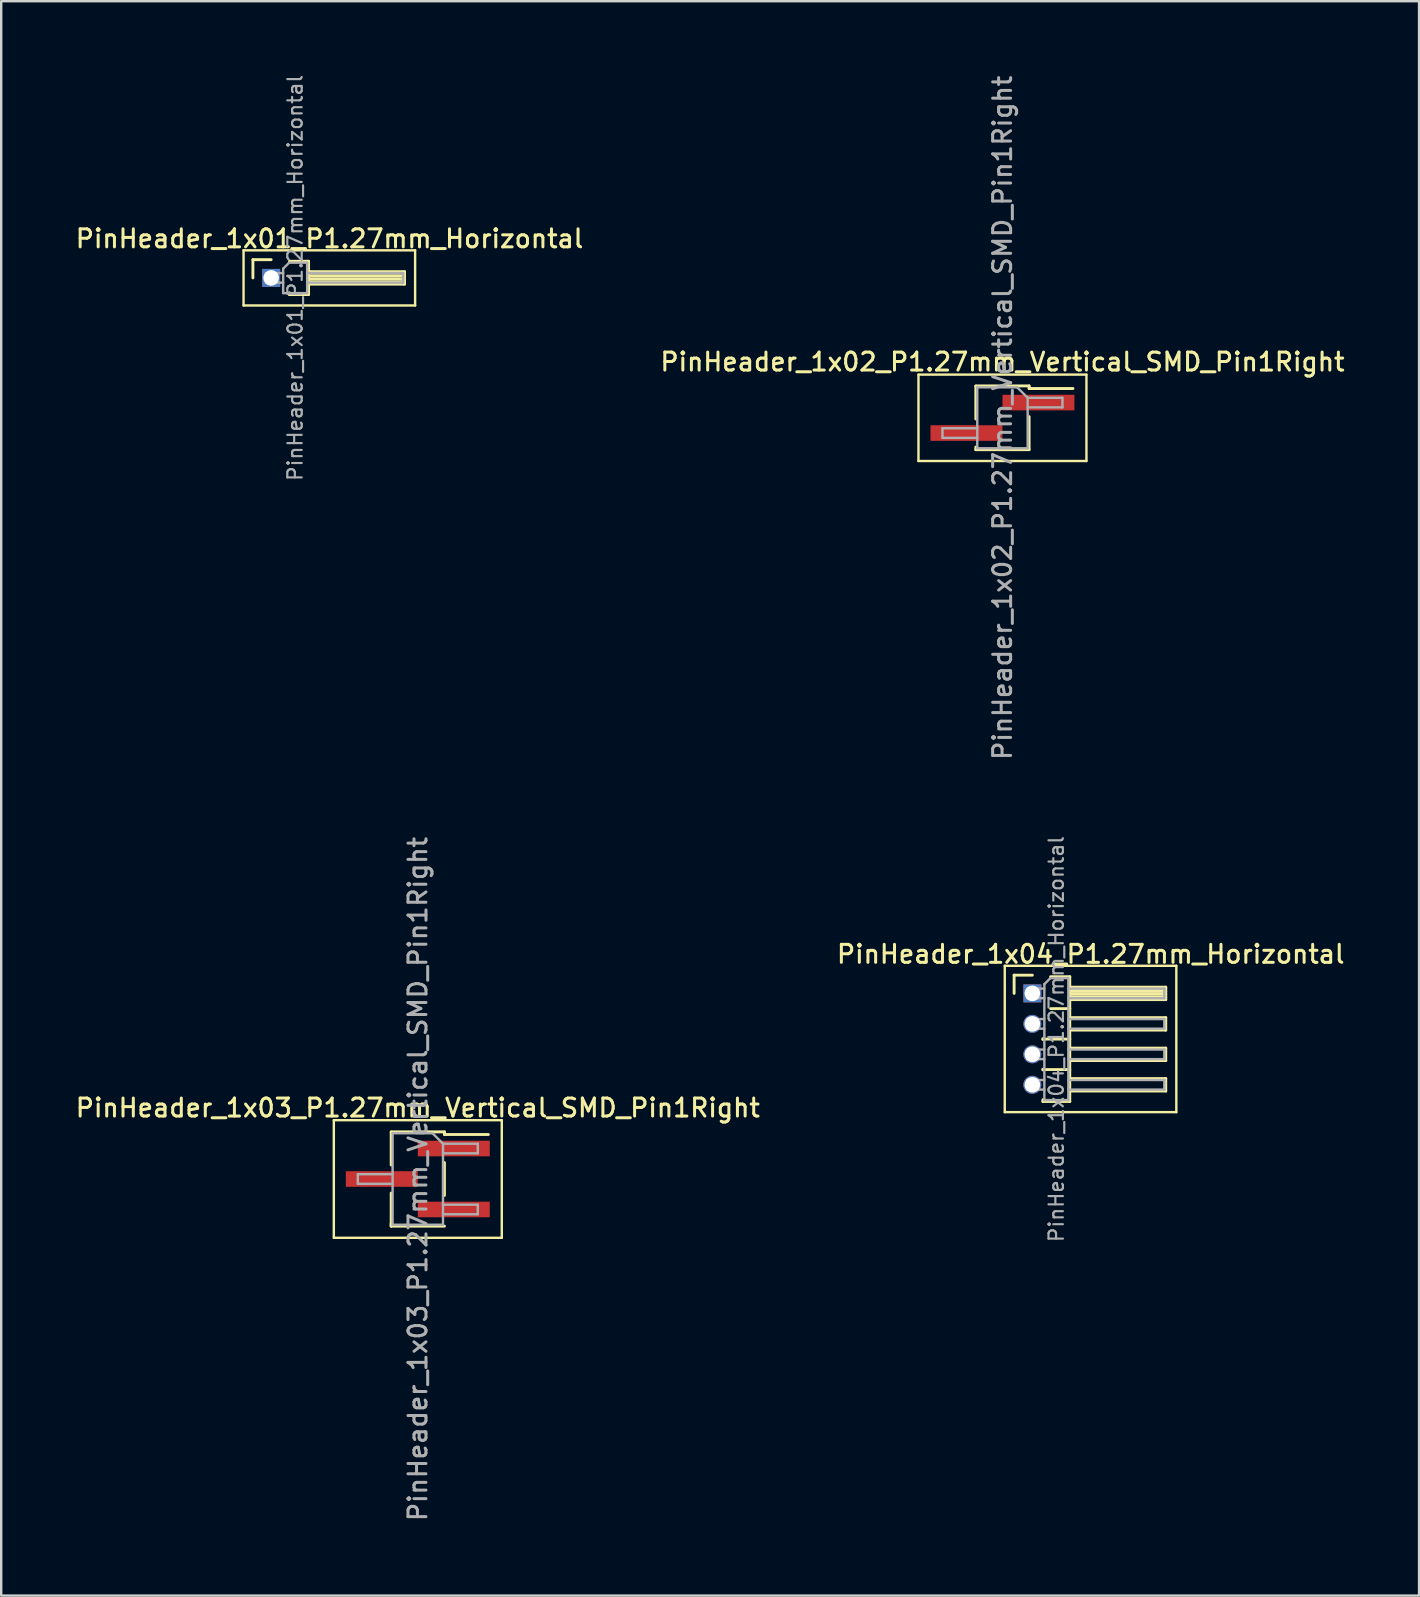
<source format=kicad_pcb>
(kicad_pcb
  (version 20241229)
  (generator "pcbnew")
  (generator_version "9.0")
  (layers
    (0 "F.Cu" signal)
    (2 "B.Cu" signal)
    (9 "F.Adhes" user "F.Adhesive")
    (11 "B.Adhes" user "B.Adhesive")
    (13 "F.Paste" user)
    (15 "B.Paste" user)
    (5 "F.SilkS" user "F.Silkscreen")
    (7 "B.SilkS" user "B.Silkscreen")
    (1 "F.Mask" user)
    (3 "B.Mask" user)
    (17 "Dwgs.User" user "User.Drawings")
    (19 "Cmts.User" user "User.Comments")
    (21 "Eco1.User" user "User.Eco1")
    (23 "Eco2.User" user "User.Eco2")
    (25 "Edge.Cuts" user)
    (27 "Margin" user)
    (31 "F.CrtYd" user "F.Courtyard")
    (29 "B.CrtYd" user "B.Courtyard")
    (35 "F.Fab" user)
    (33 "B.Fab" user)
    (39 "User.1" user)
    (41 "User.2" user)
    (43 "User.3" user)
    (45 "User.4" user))
  (footprint "PinHeader_1x03_P1.27mm_Vertical_SMD_Pin1Right"
    (layer "F.Cu")
    (at 14.363 46.088)
    (property "Reference" "PinHeader_1x03_P1.27mm_Vertical_SMD_Pin1Right" (at 0 -2.965 0) (layer "F.SilkS") (effects (font (size 0.75 0.75) (thickness 0.125))))
    (attr smd)
    (fp_line (start -3.5 -2.45) (end -3.5 2.45) (stroke (width 0.1) (type solid)) (layer "F.SilkS"))
    (fp_line (start -3.5 2.45) (end 3.5 2.45) (stroke (width 0.1) (type solid)) (layer "F.SilkS"))
    (fp_line (start -1.11 -1.965) (end 1.11 -1.965) (stroke (width 0.12) (type solid)) (layer "F.SilkS"))
    (fp_line (start -1.11 -1.955) (end -1.11 -0.585) (stroke (width 0.12) (type solid)) (layer "F.SilkS"))
    (fp_line (start -1.11 0.585) (end -1.11 1.955) (stroke (width 0.12) (type solid)) (layer "F.SilkS"))
    (fp_line (start -1.11 1.855) (end -1.11 1.965) (stroke (width 0.12) (type solid)) (layer "F.SilkS"))
    (fp_line (start -1.11 1.965) (end 1.11 1.965) (stroke (width 0.12) (type solid)) (layer "F.SilkS"))
    (fp_line (start 1.11 -1.965) (end 1.11 -1.855) (stroke (width 0.12) (type solid)) (layer "F.SilkS"))
    (fp_line (start 1.11 -1.855) (end 2.94 -1.855) (stroke (width 0.12) (type solid)) (layer "F.SilkS"))
    (fp_line (start 1.11 -0.685) (end 1.11 0.685) (stroke (width 0.12) (type solid)) (layer "F.SilkS"))
    (fp_line (start 3.5 -2.45) (end -3.5 -2.45) (stroke (width 0.1) (type solid)) (layer "F.SilkS"))
    (fp_line (start 3.5 2.45) (end 3.5 -2.45) (stroke (width 0.1) (type solid)) (layer "F.SilkS"))
    (fp_line (start -2.5 -0.2) (end -2.5 0.2) (stroke (width 0.1) (type solid)) (layer "F.Fab"))
    (fp_line (start -2.5 0.2) (end -1.05 0.2) (stroke (width 0.1) (type solid)) (layer "F.Fab"))
    (fp_line (start -1.05 -1.905) (end -1.05 1.905) (stroke (width 0.1) (type solid)) (layer "F.Fab"))
    (fp_line (start -1.05 -1.905) (end 0.615 -1.905) (stroke (width 0.1) (type solid)) (layer "F.Fab"))
    (fp_line (start -1.05 -0.2) (end -2.5 -0.2) (stroke (width 0.1) (type solid)) (layer "F.Fab"))
    (fp_line (start 1.05 -1.47) (end 0.615 -1.905) (stroke (width 0.1) (type solid)) (layer "F.Fab"))
    (fp_line (start 1.05 -1.47) (end 2.5 -1.47) (stroke (width 0.1) (type solid)) (layer "F.Fab"))
    (fp_line (start 1.05 1.07) (end 2.5 1.07) (stroke (width 0.1) (type solid)) (layer "F.Fab"))
    (fp_line (start 1.05 1.905) (end -1.05 1.905) (stroke (width 0.1) (type solid)) (layer "F.Fab"))
    (fp_line (start 1.05 1.905) (end 1.05 -1.47) (stroke (width 0.1) (type solid)) (layer "F.Fab"))
    (fp_line (start 2.5 -1.47) (end 2.5 -1.07) (stroke (width 0.1) (type solid)) (layer "F.Fab"))
    (fp_line (start 2.5 -1.07) (end 1.05 -1.07) (stroke (width 0.1) (type solid)) (layer "F.Fab"))
    (fp_line (start 2.5 1.07) (end 2.5 1.47) (stroke (width 0.1) (type solid)) (layer "F.Fab"))
    (fp_line (start 2.5 1.47) (end 1.05 1.47) (stroke (width 0.1) (type solid)) (layer "F.Fab"))
    (fp_text user "${REFERENCE}" (at 0 0 90) (layer "F.Fab") (effects (font (size 0.75 0.75) (thickness 0.125))))
    (pad "1" smd rect (at 1.5 -1.27) (size 3 0.65) (layers "F.Cu" "F.Mask" "F.Paste"))
    (pad "2" smd rect (at -1.5 0) (size 3 0.65) (layers "F.Cu" "F.Mask" "F.Paste"))
    (pad "3" smd rect (at 1.5 1.27) (size 3 0.65) (layers "F.Cu" "F.Mask" "F.Paste")))
  (footprint "PinHeader_1x01_P1.27mm_Horizontal"
    (layer "F.Cu")
    (at 8.251 8.532)
    (property "Reference" "PinHeader_1x01_P1.27mm_Horizontal" (at 2.433 -1.635 0) (layer "F.SilkS") (effects (font (size 0.75 0.75) (thickness 0.125))))
    (attr through_hole)
    (fp_line (start -1.15 -1.15) (end -1.15 1.15) (stroke (width 0.1) (type solid)) (layer "F.SilkS"))
    (fp_line (start -1.15 1.15) (end 6 1.15) (stroke (width 0.1) (type solid)) (layer "F.SilkS"))
    (fp_line (start -0.76 -0.76) (end 0 -0.76) (stroke (width 0.12) (type solid)) (layer "F.SilkS"))
    (fp_line (start -0.76 0) (end -0.76 -0.76) (stroke (width 0.12) (type solid)) (layer "F.SilkS"))
    (fp_line (start 0.76 -0.695) (end 1.56 -0.695) (stroke (width 0.12) (type solid)) (layer "F.SilkS"))
    (fp_line (start 0.76 0.695) (end 0.76 0.62) (stroke (width 0.12) (type solid)) (layer "F.SilkS"))
    (fp_line (start 1.56 -0.695) (end 1.56 0.695) (stroke (width 0.12) (type solid)) (layer "F.SilkS"))
    (fp_line (start 1.56 -0.26) (end 5.56 -0.26) (stroke (width 0.12) (type solid)) (layer "F.SilkS"))
    (fp_line (start 1.56 -0.2) (end 5.56 -0.2) (stroke (width 0.12) (type solid)) (layer "F.SilkS"))
    (fp_line (start 1.56 -0.08) (end 5.56 -0.08) (stroke (width 0.12) (type solid)) (layer "F.SilkS"))
    (fp_line (start 1.56 0.04) (end 5.56 0.04) (stroke (width 0.12) (type solid)) (layer "F.SilkS"))
    (fp_line (start 1.56 0.16) (end 5.56 0.16) (stroke (width 0.12) (type solid)) (layer "F.SilkS"))
    (fp_line (start 1.56 0.695) (end 0.76 0.695) (stroke (width 0.12) (type solid)) (layer "F.SilkS"))
    (fp_line (start 5.56 -0.26) (end 5.56 0.26) (stroke (width 0.12) (type solid)) (layer "F.SilkS"))
    (fp_line (start 5.56 0.26) (end 1.56 0.26) (stroke (width 0.12) (type solid)) (layer "F.SilkS"))
    (fp_line (start 6 -1.15) (end -1.15 -1.15) (stroke (width 0.1) (type solid)) (layer "F.SilkS"))
    (fp_line (start 6 1.15) (end 6 -1.15) (stroke (width 0.1) (type solid)) (layer "F.SilkS"))
    (fp_line (start -0.2 -0.2) (end -0.2 0.2) (stroke (width 0.1) (type solid)) (layer "F.Fab"))
    (fp_line (start -0.2 -0.2) (end 0.5 -0.2) (stroke (width 0.1) (type solid)) (layer "F.Fab"))
    (fp_line (start -0.2 0.2) (end 0.5 0.2) (stroke (width 0.1) (type solid)) (layer "F.Fab"))
    (fp_line (start 0.5 -0.385) (end 0.75 -0.635) (stroke (width 0.1) (type solid)) (layer "F.Fab"))
    (fp_line (start 0.5 0.635) (end 0.5 -0.385) (stroke (width 0.1) (type solid)) (layer "F.Fab"))
    (fp_line (start 0.75 -0.635) (end 1.5 -0.635) (stroke (width 0.1) (type solid)) (layer "F.Fab"))
    (fp_line (start 1.5 -0.635) (end 1.5 0.635) (stroke (width 0.1) (type solid)) (layer "F.Fab"))
    (fp_line (start 1.5 -0.2) (end 5.5 -0.2) (stroke (width 0.1) (type solid)) (layer "F.Fab"))
    (fp_line (start 1.5 0.2) (end 5.5 0.2) (stroke (width 0.1) (type solid)) (layer "F.Fab"))
    (fp_line (start 1.5 0.635) (end 0.5 0.635) (stroke (width 0.1) (type solid)) (layer "F.Fab"))
    (fp_line (start 5.5 -0.2) (end 5.5 0.2) (stroke (width 0.1) (type solid)) (layer "F.Fab"))
    (fp_text user "${REFERENCE}" (at 1 0 90) (layer "F.Fab") (effects (font (size 0.6 0.6) (thickness 0.09))))
    (pad "1" thru_hole rect (at 0 0) (size 0.75 0.75) (drill 0.65) (layers "*.Cu" "*.Mask")))
  (footprint "PinHeader_1x02_P1.27mm_Vertical_SMD_Pin1Right"
    (layer "F.Cu")
    (at 38.73 14.363)
    (property "Reference" "PinHeader_1x02_P1.27mm_Vertical_SMD_Pin1Right" (at 0 -2.33 0) (layer "F.SilkS") (effects (font (size 0.75 0.75) (thickness 0.125))))
    (attr smd)
    (fp_line (start -3.5 -1.8) (end -3.5 1.8) (stroke (width 0.1) (type solid)) (layer "F.SilkS"))
    (fp_line (start -3.5 1.8) (end 3.5 1.8) (stroke (width 0.1) (type solid)) (layer "F.SilkS"))
    (fp_line (start -1.11 -1.33) (end 1.11 -1.33) (stroke (width 0.12) (type solid)) (layer "F.SilkS"))
    (fp_line (start -1.11 -1.32) (end -1.11 0.05) (stroke (width 0.12) (type solid)) (layer "F.SilkS"))
    (fp_line (start -1.11 1.22) (end -1.11 1.33) (stroke (width 0.12) (type solid)) (layer "F.SilkS"))
    (fp_line (start -1.11 1.33) (end 1.11 1.33) (stroke (width 0.12) (type solid)) (layer "F.SilkS"))
    (fp_line (start 1.11 -1.33) (end 1.11 -1.22) (stroke (width 0.12) (type solid)) (layer "F.SilkS"))
    (fp_line (start 1.11 -1.22) (end 2.94 -1.22) (stroke (width 0.12) (type solid)) (layer "F.SilkS"))
    (fp_line (start 1.11 -0.05) (end 1.11 1.32) (stroke (width 0.12) (type solid)) (layer "F.SilkS"))
    (fp_line (start 3.5 -1.8) (end -3.5 -1.8) (stroke (width 0.1) (type solid)) (layer "F.SilkS"))
    (fp_line (start 3.5 1.8) (end 3.5 -1.8) (stroke (width 0.1) (type solid)) (layer "F.SilkS"))
    (fp_line (start -2.5 0.435) (end -2.5 0.835) (stroke (width 0.1) (type solid)) (layer "F.Fab"))
    (fp_line (start -2.5 0.835) (end -1.05 0.835) (stroke (width 0.1) (type solid)) (layer "F.Fab"))
    (fp_line (start -1.05 -1.27) (end -1.05 1.27) (stroke (width 0.1) (type solid)) (layer "F.Fab"))
    (fp_line (start -1.05 -1.27) (end 0.615 -1.27) (stroke (width 0.1) (type solid)) (layer "F.Fab"))
    (fp_line (start -1.05 0.435) (end -2.5 0.435) (stroke (width 0.1) (type solid)) (layer "F.Fab"))
    (fp_line (start 1.05 -0.835) (end 0.615 -1.27) (stroke (width 0.1) (type solid)) (layer "F.Fab"))
    (fp_line (start 1.05 -0.835) (end 2.5 -0.835) (stroke (width 0.1) (type solid)) (layer "F.Fab"))
    (fp_line (start 1.05 1.27) (end -1.05 1.27) (stroke (width 0.1) (type solid)) (layer "F.Fab"))
    (fp_line (start 1.05 1.27) (end 1.05 -0.835) (stroke (width 0.1) (type solid)) (layer "F.Fab"))
    (fp_line (start 2.5 -0.835) (end 2.5 -0.435) (stroke (width 0.1) (type solid)) (layer "F.Fab"))
    (fp_line (start 2.5 -0.435) (end 1.05 -0.435) (stroke (width 0.1) (type solid)) (layer "F.Fab"))
    (fp_text user "${REFERENCE}" (at 0 0 90) (layer "F.Fab") (effects (font (size 0.75 0.75) (thickness 0.125))))
    (pad "1" smd rect (at 1.5 -0.635) (size 3 0.65) (layers "F.Cu" "F.Mask" "F.Paste"))
    (pad "2" smd rect (at -1.5 0.635) (size 3 0.65) (layers "F.Cu" "F.Mask" "F.Paste")))
  (footprint "PinHeader_1x04_P1.27mm_Horizontal"
    (layer "F.Cu")
    (at 39.976 38.352)
    (property "Reference" "PinHeader_1x04_P1.27mm_Horizontal" (at 2.433 -1.635 0) (layer "F.SilkS") (effects (font (size 0.75 0.75) (thickness 0.125))))
    (attr through_hole)
    (fp_line (start -1.15 -1.15) (end -1.15 4.95) (stroke (width 0.1) (type solid)) (layer "F.SilkS"))
    (fp_line (start -1.15 4.95) (end 6 4.95) (stroke (width 0.1) (type solid)) (layer "F.SilkS"))
    (fp_line (start -0.76 -0.76) (end 0 -0.76) (stroke (width 0.12) (type solid)) (layer "F.SilkS"))
    (fp_line (start -0.76 0) (end -0.76 -0.76) (stroke (width 0.12) (type solid)) (layer "F.SilkS"))
    (fp_line (start 0.44 1.89) (end 0.44 1.92) (stroke (width 0.12) (type solid)) (layer "F.SilkS"))
    (fp_line (start 0.44 1.905) (end 1.56 1.905) (stroke (width 0.12) (type solid)) (layer "F.SilkS"))
    (fp_line (start 0.44 3.16) (end 0.44 3.19) (stroke (width 0.12) (type solid)) (layer "F.SilkS"))
    (fp_line (start 0.44 3.175) (end 1.56 3.175) (stroke (width 0.12) (type solid)) (layer "F.SilkS"))
    (fp_line (start 0.44 4.505) (end 0.44 4.43) (stroke (width 0.12) (type solid)) (layer "F.SilkS"))
    (fp_line (start 0.76 -0.695) (end 1.56 -0.695) (stroke (width 0.12) (type solid)) (layer "F.SilkS"))
    (fp_line (start 0.76 0.635) (end 1.56 0.635) (stroke (width 0.12) (type solid)) (layer "F.SilkS"))
    (fp_line (start 1.56 -0.695) (end 1.56 4.505) (stroke (width 0.12) (type solid)) (layer "F.SilkS"))
    (fp_line (start 1.56 -0.26) (end 5.56 -0.26) (stroke (width 0.12) (type solid)) (layer "F.SilkS"))
    (fp_line (start 1.56 -0.2) (end 5.56 -0.2) (stroke (width 0.12) (type solid)) (layer "F.SilkS"))
    (fp_line (start 1.56 -0.08) (end 5.56 -0.08) (stroke (width 0.12) (type solid)) (layer "F.SilkS"))
    (fp_line (start 1.56 0.04) (end 5.56 0.04) (stroke (width 0.12) (type solid)) (layer "F.SilkS"))
    (fp_line (start 1.56 0.16) (end 5.56 0.16) (stroke (width 0.12) (type solid)) (layer "F.SilkS"))
    (fp_line (start 1.56 1.01) (end 5.56 1.01) (stroke (width 0.12) (type solid)) (layer "F.SilkS"))
    (fp_line (start 1.56 2.28) (end 5.56 2.28) (stroke (width 0.12) (type solid)) (layer "F.SilkS"))
    (fp_line (start 1.56 3.55) (end 5.56 3.55) (stroke (width 0.12) (type solid)) (layer "F.SilkS"))
    (fp_line (start 1.56 4.505) (end 0.44 4.505) (stroke (width 0.12) (type solid)) (layer "F.SilkS"))
    (fp_line (start 5.56 -0.26) (end 5.56 0.26) (stroke (width 0.12) (type solid)) (layer "F.SilkS"))
    (fp_line (start 5.56 0.26) (end 1.56 0.26) (stroke (width 0.12) (type solid)) (layer "F.SilkS"))
    (fp_line (start 5.56 1.01) (end 5.56 1.53) (stroke (width 0.12) (type solid)) (layer "F.SilkS"))
    (fp_line (start 5.56 1.53) (end 1.56 1.53) (stroke (width 0.12) (type solid)) (layer "F.SilkS"))
    (fp_line (start 5.56 2.28) (end 5.56 2.8) (stroke (width 0.12) (type solid)) (layer "F.SilkS"))
    (fp_line (start 5.56 2.8) (end 1.56 2.8) (stroke (width 0.12) (type solid)) (layer "F.SilkS"))
    (fp_line (start 5.56 3.55) (end 5.56 4.07) (stroke (width 0.12) (type solid)) (layer "F.SilkS"))
    (fp_line (start 5.56 4.07) (end 1.56 4.07) (stroke (width 0.12) (type solid)) (layer "F.SilkS"))
    (fp_line (start 6 -1.15) (end -1.15 -1.15) (stroke (width 0.1) (type solid)) (layer "F.SilkS"))
    (fp_line (start 6 4.95) (end 6 -1.15) (stroke (width 0.1) (type solid)) (layer "F.SilkS"))
    (fp_line (start -0.2 -0.2) (end -0.2 0.2) (stroke (width 0.1) (type solid)) (layer "F.Fab"))
    (fp_line (start -0.2 -0.2) (end 0.5 -0.2) (stroke (width 0.1) (type solid)) (layer "F.Fab"))
    (fp_line (start -0.2 0.2) (end 0.5 0.2) (stroke (width 0.1) (type solid)) (layer "F.Fab"))
    (fp_line (start -0.2 1.07) (end -0.2 1.47) (stroke (width 0.1) (type solid)) (layer "F.Fab"))
    (fp_line (start -0.2 1.07) (end 0.5 1.07) (stroke (width 0.1) (type solid)) (layer "F.Fab"))
    (fp_line (start -0.2 1.47) (end 0.5 1.47) (stroke (width 0.1) (type solid)) (layer "F.Fab"))
    (fp_line (start -0.2 2.34) (end -0.2 2.74) (stroke (width 0.1) (type solid)) (layer "F.Fab"))
    (fp_line (start -0.2 2.34) (end 0.5 2.34) (stroke (width 0.1) (type solid)) (layer "F.Fab"))
    (fp_line (start -0.2 2.74) (end 0.5 2.74) (stroke (width 0.1) (type solid)) (layer "F.Fab"))
    (fp_line (start -0.2 3.61) (end -0.2 4.01) (stroke (width 0.1) (type solid)) (layer "F.Fab"))
    (fp_line (start -0.2 3.61) (end 0.5 3.61) (stroke (width 0.1) (type solid)) (layer "F.Fab"))
    (fp_line (start -0.2 4.01) (end 0.5 4.01) (stroke (width 0.1) (type solid)) (layer "F.Fab"))
    (fp_line (start 0.5 -0.385) (end 0.75 -0.635) (stroke (width 0.1) (type solid)) (layer "F.Fab"))
    (fp_line (start 0.5 4.445) (end 0.5 -0.385) (stroke (width 0.1) (type solid)) (layer "F.Fab"))
    (fp_line (start 0.75 -0.635) (end 1.5 -0.635) (stroke (width 0.1) (type solid)) (layer "F.Fab"))
    (fp_line (start 1.5 -0.635) (end 1.5 4.445) (stroke (width 0.1) (type solid)) (layer "F.Fab"))
    (fp_line (start 1.5 -0.2) (end 5.5 -0.2) (stroke (width 0.1) (type solid)) (layer "F.Fab"))
    (fp_line (start 1.5 0.2) (end 5.5 0.2) (stroke (width 0.1) (type solid)) (layer "F.Fab"))
    (fp_line (start 1.5 1.07) (end 5.5 1.07) (stroke (width 0.1) (type solid)) (layer "F.Fab"))
    (fp_line (start 1.5 1.47) (end 5.5 1.47) (stroke (width 0.1) (type solid)) (layer "F.Fab"))
    (fp_line (start 1.5 2.34) (end 5.5 2.34) (stroke (width 0.1) (type solid)) (layer "F.Fab"))
    (fp_line (start 1.5 2.74) (end 5.5 2.74) (stroke (width 0.1) (type solid)) (layer "F.Fab"))
    (fp_line (start 1.5 3.61) (end 5.5 3.61) (stroke (width 0.1) (type solid)) (layer "F.Fab"))
    (fp_line (start 1.5 4.01) (end 5.5 4.01) (stroke (width 0.1) (type solid)) (layer "F.Fab"))
    (fp_line (start 1.5 4.445) (end 0.5 4.445) (stroke (width 0.1) (type solid)) (layer "F.Fab"))
    (fp_line (start 5.5 -0.2) (end 5.5 0.2) (stroke (width 0.1) (type solid)) (layer "F.Fab"))
    (fp_line (start 5.5 1.07) (end 5.5 1.47) (stroke (width 0.1) (type solid)) (layer "F.Fab"))
    (fp_line (start 5.5 2.34) (end 5.5 2.74) (stroke (width 0.1) (type solid)) (layer "F.Fab"))
    (fp_line (start 5.5 3.61) (end 5.5 4.01) (stroke (width 0.1) (type solid)) (layer "F.Fab"))
    (fp_text user "${REFERENCE}" (at 1 1.905 90) (layer "F.Fab") (effects (font (size 0.6 0.6) (thickness 0.09))))
    (pad "1" thru_hole rect (at 0 0) (size 0.75 0.75) (drill 0.65) (layers "*.Cu" "*.Mask"))
    (pad "2" thru_hole oval (at 0 1.27) (size 0.75 0.75) (drill 0.65) (layers "*.Cu" "*.Mask"))
    (pad "3" thru_hole oval (at 0 2.54) (size 0.75 0.75) (drill 0.65) (layers "*.Cu" "*.Mask"))
    (pad "4" thru_hole oval (at 0 3.81) (size 0.75 0.75) (drill 0.65) (layers "*.Cu" "*.Mask")))
  (gr_rect
    (start -3 -3)
    (end 56.093 63.45)
    (stroke (width 0.1) (type default))
    (fill no)
    (layer "Edge.Cuts")))
</source>
